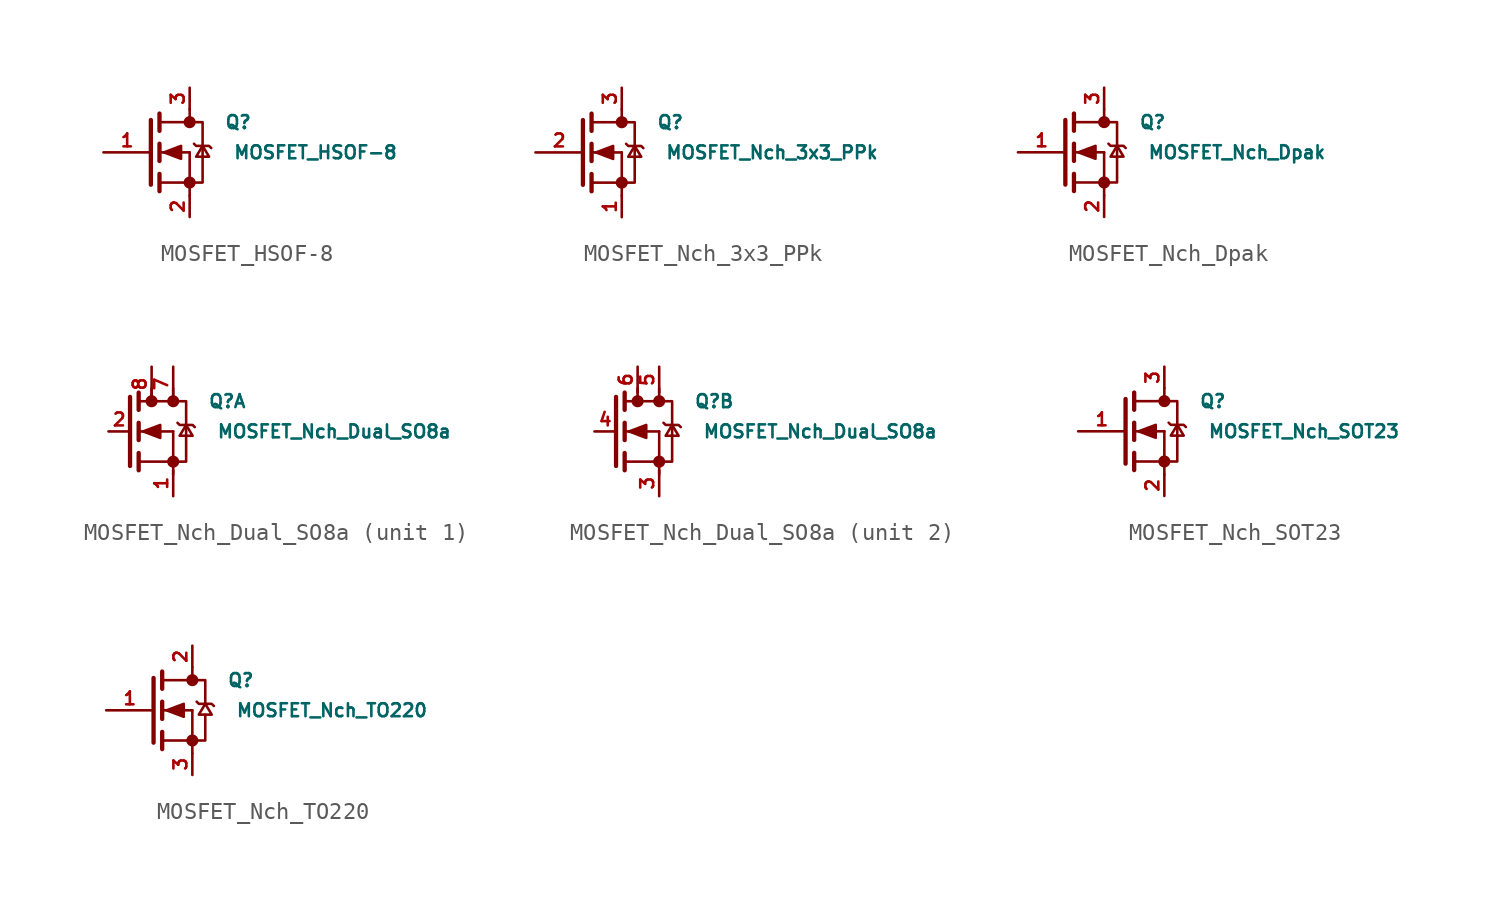
<source format=kicad_sym>
(kicad_symbol_lib
  (version 20210619)
  (generator kicad_symbol_editor)
  (symbol "Bobs_Nch_MOSFETs_01:MOSFET_HSOF-8"
    (pin_names
      (offset 0) hide)
    (property "Reference" "Q"
      (at 4.572 1.778 0)
      (effects (font (size 0.762 0.762)) (justify left)))
    (property "Value" "MOSFET_HSOF-8"
      (at 5.08 0 0)
      (effects (font (size 0.762 0.762)) (justify left)))
    (symbol "MOSFET_HSOF-8_0_1"
      (circle (center 2.54 -1.778) (radius 0.279) (stroke (width 0)) (fill (type outline)))
      (circle (center 2.54 1.778) (radius 0.279) (stroke (width 0)) (fill (type outline)))
      (polyline (pts (xy 0.762 -1.778) (xy 2.54 -1.778)) (stroke (width 0)) (fill (type none)))
      (polyline (pts (xy 0.762 -1.27) (xy 0.762 -2.286)) (stroke (width 0.254)) (fill (type none)))
      (polyline (pts (xy 0.762 0) (xy 2.54 0)) (stroke (width 0)) (fill (type none)))
      (polyline (pts (xy 0.762 0.508) (xy 0.762 -0.508)) (stroke (width 0.254)) (fill (type none)))
      (polyline (pts (xy 0.762 1.778) (xy 2.54 1.778)) (stroke (width 0)) (fill (type none)))
      (polyline (pts (xy 0.762 2.286) (xy 0.762 1.27)) (stroke (width 0.254)) (fill (type none)))
      (polyline (pts (xy 2.54 -1.778) (xy 2.54 -2.54)) (stroke (width 0)) (fill (type none)))
      (polyline (pts (xy 2.54 -1.778) (xy 2.54 0)) (stroke (width 0)) (fill (type none)))
      (polyline (pts (xy 2.54 2.54) (xy 2.54 1.778)) (stroke (width 0)) (fill (type none)))
      (polyline (pts (xy 0.254 1.905) (xy 0.254 -1.905) (xy 0.254 -1.905)) (stroke (width 0.254)) (fill (type none)))
      (polyline (pts (xy 2.54 -1.778) (xy 3.302 -1.778) (xy 3.302 1.778) (xy 2.54 1.778)) (stroke (width 0)) (fill (type none)))
      (polyline (pts (xy 2.794 0.508) (xy 2.921 0.381) (xy 3.683 0.381) (xy 3.81 0.254)) (stroke (width 0)) (fill (type none)))
      (polyline (pts (xy 3.302 0.381) (xy 2.921 -0.254) (xy 3.683 -0.254) (xy 3.302 0.381)) (stroke (width 0)) (fill (type none)))
      (polyline (pts (xy 1.016 0) (xy 2.032 0.381) (xy 2.032 -0.381) (xy 1.016 0)) (stroke (width 0)) (fill (type outline))))
    (symbol "MOSFET_HSOF-8_1_1"
      (pin input line (at -2.54 0 0) (length 2.794) (name "G" (effects (font (size 0.762 0.762)))) (number "1" (effects (font (size 0.762 0.762)))))
      (pin passive line (at 2.54 -3.81 90) (length 1.27) (name "S" (effects (font (size 0.762 0.762)))) (number "2" (effects (font (size 0.762 0.762)))))
      (pin passive line (at 2.54 3.81 270) (length 1.27) (name "D" (effects (font (size 0.762 0.762)))) (number "3" (effects (font (size 0.762 0.762)))))))
  (symbol "Bobs_Nch_MOSFETs_01:MOSFET_Nch_3x3_PPk"
    (pin_names
      (offset 0) hide)
    (property "Reference" "Q"
      (at 4.572 1.778 0)
      (effects (font (size 0.762 0.762)) (justify left)))
    (property "Value" "MOSFET_Nch_3x3_PPk"
      (at 5.08 0 0)
      (effects (font (size 0.762 0.762)) (justify left)))
    (symbol "MOSFET_Nch_3x3_PPk_0_1"
      (circle (center 2.54 -1.778) (radius 0.279) (stroke (width 0)) (fill (type outline)))
      (circle (center 2.54 1.778) (radius 0.279) (stroke (width 0)) (fill (type outline)))
      (polyline (pts (xy 0.762 -1.778) (xy 2.54 -1.778)) (stroke (width 0)) (fill (type none)))
      (polyline (pts (xy 0.762 -1.27) (xy 0.762 -2.286)) (stroke (width 0.254)) (fill (type none)))
      (polyline (pts (xy 0.762 0) (xy 2.54 0)) (stroke (width 0)) (fill (type none)))
      (polyline (pts (xy 0.762 0.508) (xy 0.762 -0.508)) (stroke (width 0.254)) (fill (type none)))
      (polyline (pts (xy 0.762 1.778) (xy 2.54 1.778)) (stroke (width 0)) (fill (type none)))
      (polyline (pts (xy 0.762 2.286) (xy 0.762 1.27)) (stroke (width 0.254)) (fill (type none)))
      (polyline (pts (xy 2.54 -1.778) (xy 2.54 -2.54)) (stroke (width 0)) (fill (type none)))
      (polyline (pts (xy 2.54 -1.778) (xy 2.54 0)) (stroke (width 0)) (fill (type none)))
      (polyline (pts (xy 2.54 2.54) (xy 2.54 1.778)) (stroke (width 0)) (fill (type none)))
      (polyline (pts (xy 0.254 1.905) (xy 0.254 -1.905) (xy 0.254 -1.905)) (stroke (width 0.254)) (fill (type none)))
      (polyline (pts (xy 2.54 -1.778) (xy 3.302 -1.778) (xy 3.302 1.778) (xy 2.54 1.778)) (stroke (width 0)) (fill (type none)))
      (polyline (pts (xy 2.794 0.508) (xy 2.921 0.381) (xy 3.683 0.381) (xy 3.81 0.254)) (stroke (width 0)) (fill (type none)))
      (polyline (pts (xy 3.302 0.381) (xy 2.921 -0.254) (xy 3.683 -0.254) (xy 3.302 0.381)) (stroke (width 0)) (fill (type none)))
      (polyline (pts (xy 1.016 0) (xy 2.032 0.381) (xy 2.032 -0.381) (xy 1.016 0)) (stroke (width 0)) (fill (type outline))))
    (symbol "MOSFET_Nch_3x3_PPk_1_1"
      (pin passive line (at 2.54 -3.81 90) (length 1.27) (name "S" (effects (font (size 0.762 0.762)))) (number "1" (effects (font (size 0.762 0.762)))))
      (pin input line (at -2.54 0 0) (length 2.794) (name "G" (effects (font (size 0.762 0.762)))) (number "2" (effects (font (size 0.762 0.762)))))
      (pin passive line (at 2.54 3.81 270) (length 1.27) (name "D" (effects (font (size 0.762 0.762)))) (number "3" (effects (font (size 0.762 0.762)))))))
  (symbol "Bobs_Nch_MOSFETs_01:MOSFET_Nch_Dpak"
    (pin_names
      (offset 0) hide)
    (property "Reference" "Q"
      (at 4.572 1.778 0)
      (effects (font (size 0.762 0.762)) (justify left)))
    (property "Value" "MOSFET_Nch_Dpak"
      (at 5.08 0 0)
      (effects (font (size 0.762 0.762)) (justify left)))
    (symbol "MOSFET_Nch_Dpak_0_1"
      (circle (center 2.54 -1.778) (radius 0.279) (stroke (width 0)) (fill (type outline)))
      (circle (center 2.54 1.778) (radius 0.279) (stroke (width 0)) (fill (type outline)))
      (polyline (pts (xy 0.762 -1.778) (xy 2.54 -1.778)) (stroke (width 0)) (fill (type none)))
      (polyline (pts (xy 0.762 -1.27) (xy 0.762 -2.286)) (stroke (width 0.254)) (fill (type none)))
      (polyline (pts (xy 0.762 0) (xy 2.54 0)) (stroke (width 0)) (fill (type none)))
      (polyline (pts (xy 0.762 0.508) (xy 0.762 -0.508)) (stroke (width 0.254)) (fill (type none)))
      (polyline (pts (xy 0.762 1.778) (xy 2.54 1.778)) (stroke (width 0)) (fill (type none)))
      (polyline (pts (xy 0.762 2.286) (xy 0.762 1.27)) (stroke (width 0.254)) (fill (type none)))
      (polyline (pts (xy 2.54 -1.778) (xy 2.54 -2.54)) (stroke (width 0)) (fill (type none)))
      (polyline (pts (xy 2.54 -1.778) (xy 2.54 0)) (stroke (width 0)) (fill (type none)))
      (polyline (pts (xy 2.54 2.54) (xy 2.54 1.778)) (stroke (width 0)) (fill (type none)))
      (polyline (pts (xy 0.254 1.905) (xy 0.254 -1.905) (xy 0.254 -1.905)) (stroke (width 0.254)) (fill (type none)))
      (polyline (pts (xy 2.54 -1.778) (xy 3.302 -1.778) (xy 3.302 1.778) (xy 2.54 1.778)) (stroke (width 0)) (fill (type none)))
      (polyline (pts (xy 2.794 0.508) (xy 2.921 0.381) (xy 3.683 0.381) (xy 3.81 0.254)) (stroke (width 0)) (fill (type none)))
      (polyline (pts (xy 3.302 0.381) (xy 2.921 -0.254) (xy 3.683 -0.254) (xy 3.302 0.381)) (stroke (width 0)) (fill (type none)))
      (polyline (pts (xy 1.016 0) (xy 2.032 0.381) (xy 2.032 -0.381) (xy 1.016 0)) (stroke (width 0)) (fill (type outline))))
    (symbol "MOSFET_Nch_Dpak_1_1"
      (pin input line (at -2.54 0 0) (length 2.794) (name "G" (effects (font (size 0.762 0.762)))) (number "1" (effects (font (size 0.762 0.762)))))
      (pin passive line (at 2.54 -3.81 90) (length 1.27) (name "S" (effects (font (size 0.762 0.762)))) (number "2" (effects (font (size 0.762 0.762)))))
      (pin passive line (at 2.54 3.81 270) (length 1.27) (name "D" (effects (font (size 0.762 0.762)))) (number "3" (effects (font (size 0.762 0.762)))))))
  (symbol "Bobs_Nch_MOSFETs_01:MOSFET_Nch_Dual_SO8a"
    (pin_names
      (offset 0) hide)
    (property "Reference" "Q"
      (at 4.572 1.778 0)
      (effects (font (size 0.762 0.762)) (justify left)))
    (property "Value" "MOSFET_Nch_Dual_SO8a"
      (at 5.08 0 0)
      (effects (font (size 0.762 0.762)) (justify left)))
    (property "ki_locked" ""
      (at 0 0 0)
      (effects (font (size 1.27 1.27))))
    (symbol "MOSFET_Nch_Dual_SO8a_0_1"
      (circle (center 1.27 1.778) (radius 0.279) (stroke (width 0)) (fill (type outline)))
      (circle (center 2.54 -1.778) (radius 0.279) (stroke (width 0)) (fill (type outline)))
      (circle (center 2.54 1.778) (radius 0.279) (stroke (width 0)) (fill (type outline)))
      (polyline (pts (xy 0.508 -1.778) (xy 2.54 -1.778)) (stroke (width 0)) (fill (type none)))
      (polyline (pts (xy 0.508 -1.27) (xy 0.508 -2.286)) (stroke (width 0.254)) (fill (type none)))
      (polyline (pts (xy 0.508 0) (xy 2.54 0)) (stroke (width 0)) (fill (type none)))
      (polyline (pts (xy 0.508 0.508) (xy 0.508 -0.508)) (stroke (width 0.254)) (fill (type none)))
      (polyline (pts (xy 0.508 1.778) (xy 2.54 1.778)) (stroke (width 0)) (fill (type none)))
      (polyline (pts (xy 0.508 2.286) (xy 0.508 1.27)) (stroke (width 0.254)) (fill (type none)))
      (polyline (pts (xy 1.27 2.54) (xy 1.27 1.778)) (stroke (width 0)) (fill (type none)))
      (polyline (pts (xy 2.54 -1.778) (xy 2.54 -2.54)) (stroke (width 0)) (fill (type none)))
      (polyline (pts (xy 2.54 -1.778) (xy 2.54 0)) (stroke (width 0)) (fill (type none)))
      (polyline (pts (xy 2.54 2.54) (xy 2.54 1.778)) (stroke (width 0)) (fill (type none)))
      (polyline (pts (xy 0 2.032) (xy 0 -2.032) (xy 0 -2.032)) (stroke (width 0.254)) (fill (type none)))
      (polyline (pts (xy 2.54 -1.778) (xy 3.302 -1.778) (xy 3.302 1.778) (xy 2.54 1.778)) (stroke (width 0)) (fill (type none)))
      (polyline (pts (xy 2.794 0.508) (xy 2.921 0.381) (xy 3.683 0.381) (xy 3.81 0.254)) (stroke (width 0)) (fill (type none)))
      (polyline (pts (xy 3.302 0.381) (xy 2.921 -0.254) (xy 3.683 -0.254) (xy 3.302 0.381)) (stroke (width 0)) (fill (type none)))
      (polyline (pts (xy 0.762 0) (xy 1.778 0.381) (xy 1.778 -0.381) (xy 0.762 0)) (stroke (width 0)) (fill (type outline))))
    (symbol "MOSFET_Nch_Dual_SO8a_1_1"
      (pin bidirectional line (at 2.54 -3.81 90) (length 1.524) (name "S1" (effects (font (size 0.762 0.762)))) (number "1" (effects (font (size 0.762 0.762)))))
      (pin input line (at -1.27 0 0) (length 1.27) (name "G1" (effects (font (size 0.762 0.762)))) (number "2" (effects (font (size 0.762 0.762)))))
      (pin bidirectional line (at 2.54 3.81 270) (length 2.032) (name "D" (effects (font (size 0.762 0.762)))) (number "7" (effects (font (size 0.762 0.762)))))
      (pin bidirectional line (at 1.27 3.81 270) (length 2.032) (name "D" (effects (font (size 0.762 0.762)))) (number "8" (effects (font (size 0.762 0.762))))))
    (symbol "MOSFET_Nch_Dual_SO8a_2_1"
      (pin bidirectional line (at 2.54 -3.81 90) (length 1.524) (name "S2" (effects (font (size 0.762 0.762)))) (number "3" (effects (font (size 0.762 0.762)))))
      (pin input line (at -1.27 0 0) (length 1.27) (name "G2" (effects (font (size 0.762 0.762)))) (number "4" (effects (font (size 0.762 0.762)))))
      (pin bidirectional line (at 2.54 3.81 270) (length 1.524) (name "D" (effects (font (size 0.762 0.762)))) (number "5" (effects (font (size 0.762 0.762)))))
      (pin bidirectional line (at 1.27 3.81 270) (length 1.524) (name "D" (effects (font (size 0.762 0.762)))) (number "6" (effects (font (size 0.762 0.762)))))))
  (symbol "Bobs_Nch_MOSFETs_01:MOSFET_Nch_SOT23"
    (pin_names
      (offset 0) hide)
    (property "Reference" "Q"
      (at 4.572 1.778 0)
      (effects (font (size 0.762 0.762)) (justify left)))
    (property "Value" "MOSFET_Nch_SOT23"
      (at 5.08 0 0)
      (effects (font (size 0.762 0.762)) (justify left)))
    (symbol "MOSFET_Nch_SOT23_0_1"
      (circle (center 2.54 -1.778) (radius 0.279) (stroke (width 0)) (fill (type outline)))
      (circle (center 2.54 1.778) (radius 0.279) (stroke (width 0)) (fill (type outline)))
      (polyline (pts (xy 0.762 -1.778) (xy 2.54 -1.778)) (stroke (width 0)) (fill (type none)))
      (polyline (pts (xy 0.762 -1.27) (xy 0.762 -2.286)) (stroke (width 0.254)) (fill (type none)))
      (polyline (pts (xy 0.762 0) (xy 2.54 0)) (stroke (width 0)) (fill (type none)))
      (polyline (pts (xy 0.762 0.508) (xy 0.762 -0.508)) (stroke (width 0.254)) (fill (type none)))
      (polyline (pts (xy 0.762 1.778) (xy 2.54 1.778)) (stroke (width 0)) (fill (type none)))
      (polyline (pts (xy 0.762 2.286) (xy 0.762 1.27)) (stroke (width 0.254)) (fill (type none)))
      (polyline (pts (xy 2.54 -1.778) (xy 2.54 -2.54)) (stroke (width 0)) (fill (type none)))
      (polyline (pts (xy 2.54 -1.778) (xy 2.54 0)) (stroke (width 0)) (fill (type none)))
      (polyline (pts (xy 2.54 2.54) (xy 2.54 1.778)) (stroke (width 0)) (fill (type none)))
      (polyline (pts (xy 0.254 1.905) (xy 0.254 -1.905) (xy 0.254 -1.905)) (stroke (width 0.254)) (fill (type none)))
      (polyline (pts (xy 2.54 -1.778) (xy 3.302 -1.778) (xy 3.302 1.778) (xy 2.54 1.778)) (stroke (width 0)) (fill (type none)))
      (polyline (pts (xy 2.794 0.508) (xy 2.921 0.381) (xy 3.683 0.381) (xy 3.81 0.254)) (stroke (width 0)) (fill (type none)))
      (polyline (pts (xy 3.302 0.381) (xy 2.921 -0.254) (xy 3.683 -0.254) (xy 3.302 0.381)) (stroke (width 0)) (fill (type none)))
      (polyline (pts (xy 1.016 0) (xy 2.032 0.381) (xy 2.032 -0.381) (xy 1.016 0)) (stroke (width 0)) (fill (type outline))))
    (symbol "MOSFET_Nch_SOT23_1_1"
      (pin input line (at -2.54 0 0) (length 2.794) (name "G" (effects (font (size 0.762 0.762)))) (number "1" (effects (font (size 0.762 0.762)))))
      (pin passive line (at 2.54 -3.81 90) (length 1.27) (name "S" (effects (font (size 0.762 0.762)))) (number "2" (effects (font (size 0.762 0.762)))))
      (pin passive line (at 2.54 3.81 270) (length 1.27) (name "D" (effects (font (size 0.762 0.762)))) (number "3" (effects (font (size 0.762 0.762)))))))
  (symbol "Bobs_Nch_MOSFETs_01:MOSFET_Nch_TO220"
    (pin_names
      (offset 0) hide)
    (property "Reference" "Q"
      (at 4.572 1.778 0)
      (effects (font (size 0.762 0.762)) (justify left)))
    (property "Value" "MOSFET_Nch_TO220"
      (at 5.08 0 0)
      (effects (font (size 0.762 0.762)) (justify left)))
    (symbol "MOSFET_Nch_TO220_0_1"
      (circle (center 2.54 -1.778) (radius 0.279) (stroke (width 0)) (fill (type outline)))
      (circle (center 2.54 1.778) (radius 0.279) (stroke (width 0)) (fill (type outline)))
      (polyline (pts (xy 0.762 -1.778) (xy 2.54 -1.778)) (stroke (width 0)) (fill (type none)))
      (polyline (pts (xy 0.762 -1.27) (xy 0.762 -2.286)) (stroke (width 0.254)) (fill (type none)))
      (polyline (pts (xy 0.762 0) (xy 2.54 0)) (stroke (width 0)) (fill (type none)))
      (polyline (pts (xy 0.762 0.508) (xy 0.762 -0.508)) (stroke (width 0.254)) (fill (type none)))
      (polyline (pts (xy 0.762 1.778) (xy 2.54 1.778)) (stroke (width 0)) (fill (type none)))
      (polyline (pts (xy 0.762 2.286) (xy 0.762 1.27)) (stroke (width 0.254)) (fill (type none)))
      (polyline (pts (xy 2.54 -1.778) (xy 2.54 -2.54)) (stroke (width 0)) (fill (type none)))
      (polyline (pts (xy 2.54 -1.778) (xy 2.54 0)) (stroke (width 0)) (fill (type none)))
      (polyline (pts (xy 2.54 2.54) (xy 2.54 1.778)) (stroke (width 0)) (fill (type none)))
      (polyline (pts (xy 0.254 1.905) (xy 0.254 -1.905) (xy 0.254 -1.905)) (stroke (width 0.254)) (fill (type none)))
      (polyline (pts (xy 3.302 -0.254) (xy 3.302 -1.778) (xy 2.54 -1.778)) (stroke (width 0)) (fill (type none)))
      (polyline (pts (xy 3.302 0.381) (xy 3.302 1.778) (xy 2.54 1.778)) (stroke (width 0)) (fill (type none)))
      (polyline (pts (xy 2.794 0.508) (xy 2.921 0.381) (xy 3.683 0.381) (xy 3.81 0.254)) (stroke (width 0)) (fill (type none)))
      (polyline (pts (xy 3.302 0.381) (xy 2.921 -0.254) (xy 3.683 -0.254) (xy 3.302 0.381)) (stroke (width 0)) (fill (type none)))
      (polyline (pts (xy 1.016 0) (xy 2.032 0.381) (xy 2.032 -0.381) (xy 1.016 0)) (stroke (width 0)) (fill (type outline))))
    (symbol "MOSFET_Nch_TO220_1_1"
      (pin input line (at -2.54 0 0) (length 2.794) (name "G" (effects (font (size 0.762 0.762)))) (number "1" (effects (font (size 0.762 0.762)))))
      (pin passive line (at 2.54 3.81 270) (length 1.27) (name "D" (effects (font (size 0.762 0.762)))) (number "2" (effects (font (size 0.762 0.762)))))
      (pin passive line (at 2.54 -3.81 90) (length 1.27) (name "S" (effects (font (size 0.762 0.762)))) (number "3" (effects (font (size 0.762 0.762))))))))
</source>
